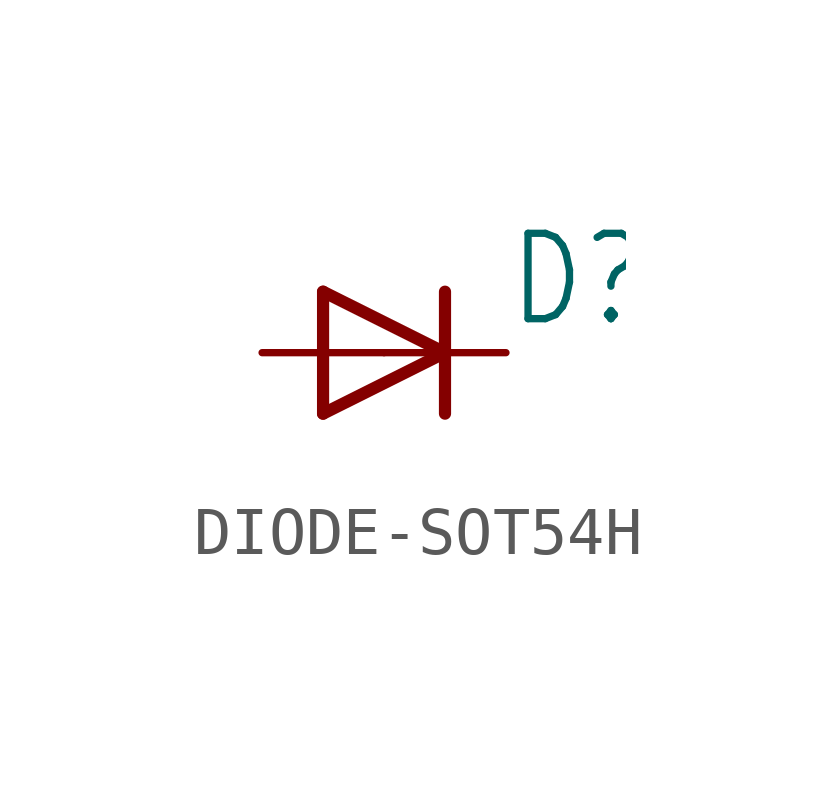
<source format=kicad_sym>
(kicad_symbol_lib
  (version 20220914)
  (generator kicad_symbol_editor)
  (symbol "DIODE-SOT54H"
    (property "Reference" "D"
      (at 2.54 0.483 0)
      (effects (font (size 1.778 1.511)) (justify left bottom)))
    (property "Value" ""
      (at 2.54 -2.311 0)
      (effects (font (size 1.778 1.511)) (justify left bottom)))
    (property "ki_locked" ""
      (at 0 0 0)
      (effects (font (size 1.27 1.27))))
    (symbol "DIODE-SOT54H_1_0"
      (polyline (pts (xy -1.27 -1.27) (xy 1.27 0)) (stroke (width 0.254) (type solid)) (fill (type none)))
      (polyline (pts (xy -1.27 1.27) (xy -1.27 -1.27)) (stroke (width 0.254) (type solid)) (fill (type none)))
      (polyline (pts (xy 1.27 0) (xy -1.27 1.27)) (stroke (width 0.254) (type solid)) (fill (type none)))
      (polyline (pts (xy 1.27 0) (xy 1.27 -1.27)) (stroke (width 0.254) (type solid)) (fill (type none)))
      (polyline (pts (xy 1.27 1.27) (xy 1.27 0)) (stroke (width 0.254) (type solid)) (fill (type none)))
      (pin passive line (at -2.54 0 0) (length 2.54) (name "A" (effects (font (size 0 0)))) (number "A" (effects (font (size 0 0)))))
      (pin passive line (at 2.54 0 180) (length 2.54) (name "C" (effects (font (size 0 0)))) (number "C" (effects (font (size 0 0))))))))
</source>
